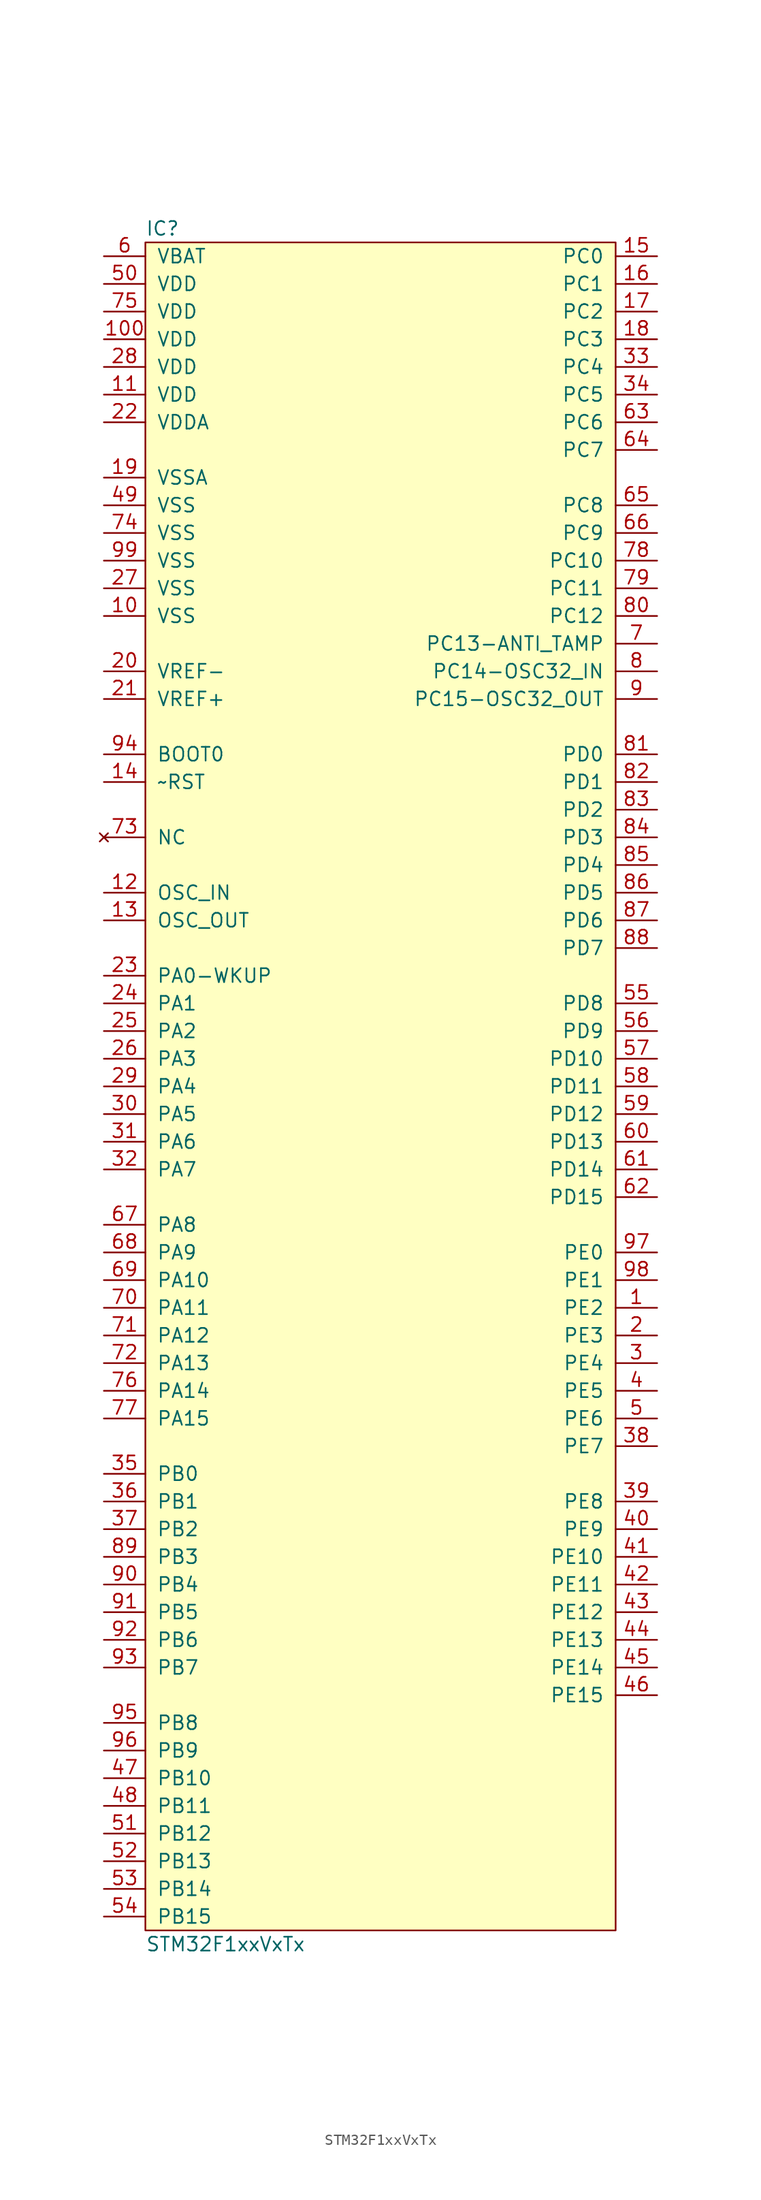
<source format=kicad_sym>
(kicad_symbol_lib
  (version 20211014)
  (generator agg_kicad.build_lib_ic)
  (symbol "STM32F1xxVxTx"
    (pin_names
      (offset 1.016))
    (property Reference IC
      (at -21.59 78.74 0)
      (effects (font (size 1.27 1.27)) (justify left)))
    (property Value "STM32F1xxVxTx"
      (at -21.59 -78.74 0)
      (effects (font (size 1.27 1.27)) (justify left)))
    (symbol "STM32F1xxVxTx_0_0"
      (rectangle (start -21.59 77.47) (end 21.59 -77.47) (stroke (width 0) (type default) (color 0 0 0 0)) (fill (type background)))
      (pin power_in line (at -25.4 76.2 0) (length 3.81) (name VBAT (effects (font (size 1.27 1.27)))) (number "6" (effects (font (size 1.27 1.27)))))
      (pin power_in line (at -25.4 73.66 0) (length 3.81) (name VDD (effects (font (size 1.27 1.27)))) (number "50" (effects (font (size 1.27 1.27)))))
      (pin power_in line (at -25.4 71.12 0) (length 3.81) (name VDD (effects (font (size 1.27 1.27)))) (number "75" (effects (font (size 1.27 1.27)))))
      (pin power_in line (at -25.4 68.58 0) (length 3.81) (name VDD (effects (font (size 1.27 1.27)))) (number "100" (effects (font (size 1.27 1.27)))))
      (pin power_in line (at -25.4 66.04 0) (length 3.81) (name VDD (effects (font (size 1.27 1.27)))) (number "28" (effects (font (size 1.27 1.27)))))
      (pin power_in line (at -25.4 63.5 0) (length 3.81) (name VDD (effects (font (size 1.27 1.27)))) (number "11" (effects (font (size 1.27 1.27)))))
      (pin power_in line (at -25.4 60.96 0) (length 3.81) (name VDDA (effects (font (size 1.27 1.27)))) (number "22" (effects (font (size 1.27 1.27)))))
      (pin power_in line (at -25.4 55.88 0) (length 3.81) (name VSSA (effects (font (size 1.27 1.27)))) (number "19" (effects (font (size 1.27 1.27)))))
      (pin power_in line (at -25.4 53.34 0) (length 3.81) (name VSS (effects (font (size 1.27 1.27)))) (number "49" (effects (font (size 1.27 1.27)))))
      (pin power_in line (at -25.4 50.8 0) (length 3.81) (name VSS (effects (font (size 1.27 1.27)))) (number "74" (effects (font (size 1.27 1.27)))))
      (pin power_in line (at -25.4 48.26 0) (length 3.81) (name VSS (effects (font (size 1.27 1.27)))) (number "99" (effects (font (size 1.27 1.27)))))
      (pin power_in line (at -25.4 45.72 0) (length 3.81) (name VSS (effects (font (size 1.27 1.27)))) (number "27" (effects (font (size 1.27 1.27)))))
      (pin power_in line (at -25.4 43.18 0) (length 3.81) (name VSS (effects (font (size 1.27 1.27)))) (number "10" (effects (font (size 1.27 1.27)))))
      (pin input line (at -25.4 38.1 0) (length 3.81) (name "VREF-" (effects (font (size 1.27 1.27)))) (number "20" (effects (font (size 1.27 1.27)))))
      (pin input line (at -25.4 35.56 0) (length 3.81) (name "VREF+" (effects (font (size 1.27 1.27)))) (number "21" (effects (font (size 1.27 1.27)))))
      (pin input line (at -25.4 30.48 0) (length 3.81) (name "BOOT0" (effects (font (size 1.27 1.27)))) (number "94" (effects (font (size 1.27 1.27)))))
      (pin input line (at -25.4 27.94 0) (length 3.81) (name "~RST" (effects (font (size 1.27 1.27)))) (number "14" (effects (font (size 1.27 1.27)))))
      (pin no_connect line (at -25.4 22.86 0) (length 3.81) (name NC (effects (font (size 1.27 1.27)))) (number "73" (effects (font (size 1.27 1.27)))))
      (pin bidirectional line (at -25.4 17.78 0) (length 3.81) (name OSC_IN (effects (font (size 1.27 1.27)))) (number "12" (effects (font (size 1.27 1.27)))))
      (pin bidirectional line (at -25.4 15.24 0) (length 3.81) (name OSC_OUT (effects (font (size 1.27 1.27)))) (number "13" (effects (font (size 1.27 1.27)))))
      (pin bidirectional line (at -25.4 10.16 0) (length 3.81) (name "PA0-WKUP" (effects (font (size 1.27 1.27)))) (number "23" (effects (font (size 1.27 1.27)))))
      (pin bidirectional line (at -25.4 7.62 0) (length 3.81) (name "PA1" (effects (font (size 1.27 1.27)))) (number "24" (effects (font (size 1.27 1.27)))))
      (pin bidirectional line (at -25.4 5.08 0) (length 3.81) (name "PA2" (effects (font (size 1.27 1.27)))) (number "25" (effects (font (size 1.27 1.27)))))
      (pin bidirectional line (at -25.4 2.54 0) (length 3.81) (name "PA3" (effects (font (size 1.27 1.27)))) (number "26" (effects (font (size 1.27 1.27)))))
      (pin bidirectional line (at -25.4 0 0) (length 3.81) (name "PA4" (effects (font (size 1.27 1.27)))) (number "29" (effects (font (size 1.27 1.27)))))
      (pin bidirectional line (at -25.4 -2.54 0) (length 3.81) (name "PA5" (effects (font (size 1.27 1.27)))) (number "30" (effects (font (size 1.27 1.27)))))
      (pin bidirectional line (at -25.4 -5.08 0) (length 3.81) (name "PA6" (effects (font (size 1.27 1.27)))) (number "31" (effects (font (size 1.27 1.27)))))
      (pin bidirectional line (at -25.4 -7.62 0) (length 3.81) (name "PA7" (effects (font (size 1.27 1.27)))) (number "32" (effects (font (size 1.27 1.27)))))
      (pin bidirectional line (at -25.4 -12.7 0) (length 3.81) (name "PA8" (effects (font (size 1.27 1.27)))) (number "67" (effects (font (size 1.27 1.27)))))
      (pin bidirectional line (at -25.4 -15.24 0) (length 3.81) (name "PA9" (effects (font (size 1.27 1.27)))) (number "68" (effects (font (size 1.27 1.27)))))
      (pin bidirectional line (at -25.4 -17.78 0) (length 3.81) (name "PA10" (effects (font (size 1.27 1.27)))) (number "69" (effects (font (size 1.27 1.27)))))
      (pin bidirectional line (at -25.4 -20.32 0) (length 3.81) (name "PA11" (effects (font (size 1.27 1.27)))) (number "70" (effects (font (size 1.27 1.27)))))
      (pin bidirectional line (at -25.4 -22.86 0) (length 3.81) (name "PA12" (effects (font (size 1.27 1.27)))) (number "71" (effects (font (size 1.27 1.27)))))
      (pin bidirectional line (at -25.4 -25.4 0) (length 3.81) (name "PA13" (effects (font (size 1.27 1.27)))) (number "72" (effects (font (size 1.27 1.27)))))
      (pin bidirectional line (at -25.4 -27.94 0) (length 3.81) (name "PA14" (effects (font (size 1.27 1.27)))) (number "76" (effects (font (size 1.27 1.27)))))
      (pin bidirectional line (at -25.4 -30.48 0) (length 3.81) (name "PA15" (effects (font (size 1.27 1.27)))) (number "77" (effects (font (size 1.27 1.27)))))
      (pin bidirectional line (at -25.4 -35.56 0) (length 3.81) (name "PB0" (effects (font (size 1.27 1.27)))) (number "35" (effects (font (size 1.27 1.27)))))
      (pin bidirectional line (at -25.4 -38.1 0) (length 3.81) (name "PB1" (effects (font (size 1.27 1.27)))) (number "36" (effects (font (size 1.27 1.27)))))
      (pin bidirectional line (at -25.4 -40.64 0) (length 3.81) (name "PB2" (effects (font (size 1.27 1.27)))) (number "37" (effects (font (size 1.27 1.27)))))
      (pin bidirectional line (at -25.4 -43.18 0) (length 3.81) (name "PB3" (effects (font (size 1.27 1.27)))) (number "89" (effects (font (size 1.27 1.27)))))
      (pin bidirectional line (at -25.4 -45.72 0) (length 3.81) (name "PB4" (effects (font (size 1.27 1.27)))) (number "90" (effects (font (size 1.27 1.27)))))
      (pin bidirectional line (at -25.4 -48.26 0) (length 3.81) (name "PB5" (effects (font (size 1.27 1.27)))) (number "91" (effects (font (size 1.27 1.27)))))
      (pin bidirectional line (at -25.4 -50.8 0) (length 3.81) (name "PB6" (effects (font (size 1.27 1.27)))) (number "92" (effects (font (size 1.27 1.27)))))
      (pin bidirectional line (at -25.4 -53.34 0) (length 3.81) (name "PB7" (effects (font (size 1.27 1.27)))) (number "93" (effects (font (size 1.27 1.27)))))
      (pin bidirectional line (at -25.4 -58.42 0) (length 3.81) (name "PB8" (effects (font (size 1.27 1.27)))) (number "95" (effects (font (size 1.27 1.27)))))
      (pin bidirectional line (at -25.4 -60.96 0) (length 3.81) (name "PB9" (effects (font (size 1.27 1.27)))) (number "96" (effects (font (size 1.27 1.27)))))
      (pin bidirectional line (at -25.4 -63.5 0) (length 3.81) (name "PB10" (effects (font (size 1.27 1.27)))) (number "47" (effects (font (size 1.27 1.27)))))
      (pin bidirectional line (at -25.4 -66.04 0) (length 3.81) (name "PB11" (effects (font (size 1.27 1.27)))) (number "48" (effects (font (size 1.27 1.27)))))
      (pin bidirectional line (at -25.4 -68.58 0) (length 3.81) (name "PB12" (effects (font (size 1.27 1.27)))) (number "51" (effects (font (size 1.27 1.27)))))
      (pin bidirectional line (at -25.4 -71.12 0) (length 3.81) (name "PB13" (effects (font (size 1.27 1.27)))) (number "52" (effects (font (size 1.27 1.27)))))
      (pin bidirectional line (at -25.4 -73.66 0) (length 3.81) (name "PB14" (effects (font (size 1.27 1.27)))) (number "53" (effects (font (size 1.27 1.27)))))
      (pin bidirectional line (at -25.4 -76.2 0) (length 3.81) (name "PB15" (effects (font (size 1.27 1.27)))) (number "54" (effects (font (size 1.27 1.27)))))
      (pin bidirectional line (at 25.4 76.2 180) (length 3.81) (name "PC0" (effects (font (size 1.27 1.27)))) (number "15" (effects (font (size 1.27 1.27)))))
      (pin bidirectional line (at 25.4 73.66 180) (length 3.81) (name "PC1" (effects (font (size 1.27 1.27)))) (number "16" (effects (font (size 1.27 1.27)))))
      (pin bidirectional line (at 25.4 71.12 180) (length 3.81) (name "PC2" (effects (font (size 1.27 1.27)))) (number "17" (effects (font (size 1.27 1.27)))))
      (pin bidirectional line (at 25.4 68.58 180) (length 3.81) (name "PC3" (effects (font (size 1.27 1.27)))) (number "18" (effects (font (size 1.27 1.27)))))
      (pin bidirectional line (at 25.4 66.04 180) (length 3.81) (name "PC4" (effects (font (size 1.27 1.27)))) (number "33" (effects (font (size 1.27 1.27)))))
      (pin bidirectional line (at 25.4 63.5 180) (length 3.81) (name "PC5" (effects (font (size 1.27 1.27)))) (number "34" (effects (font (size 1.27 1.27)))))
      (pin bidirectional line (at 25.4 60.96 180) (length 3.81) (name "PC6" (effects (font (size 1.27 1.27)))) (number "63" (effects (font (size 1.27 1.27)))))
      (pin bidirectional line (at 25.4 58.42 180) (length 3.81) (name "PC7" (effects (font (size 1.27 1.27)))) (number "64" (effects (font (size 1.27 1.27)))))
      (pin bidirectional line (at 25.4 53.34 180) (length 3.81) (name "PC8" (effects (font (size 1.27 1.27)))) (number "65" (effects (font (size 1.27 1.27)))))
      (pin bidirectional line (at 25.4 50.8 180) (length 3.81) (name "PC9" (effects (font (size 1.27 1.27)))) (number "66" (effects (font (size 1.27 1.27)))))
      (pin bidirectional line (at 25.4 48.26 180) (length 3.81) (name "PC10" (effects (font (size 1.27 1.27)))) (number "78" (effects (font (size 1.27 1.27)))))
      (pin bidirectional line (at 25.4 45.72 180) (length 3.81) (name "PC11" (effects (font (size 1.27 1.27)))) (number "79" (effects (font (size 1.27 1.27)))))
      (pin bidirectional line (at 25.4 43.18 180) (length 3.81) (name "PC12" (effects (font (size 1.27 1.27)))) (number "80" (effects (font (size 1.27 1.27)))))
      (pin bidirectional line (at 25.4 40.64 180) (length 3.81) (name "PC13-ANTI_TAMP" (effects (font (size 1.27 1.27)))) (number "7" (effects (font (size 1.27 1.27)))))
      (pin bidirectional line (at 25.4 38.1 180) (length 3.81) (name "PC14-OSC32_IN" (effects (font (size 1.27 1.27)))) (number "8" (effects (font (size 1.27 1.27)))))
      (pin bidirectional line (at 25.4 35.56 180) (length 3.81) (name "PC15-OSC32_OUT" (effects (font (size 1.27 1.27)))) (number "9" (effects (font (size 1.27 1.27)))))
      (pin bidirectional line (at 25.4 30.48 180) (length 3.81) (name "PD0" (effects (font (size 1.27 1.27)))) (number "81" (effects (font (size 1.27 1.27)))))
      (pin bidirectional line (at 25.4 27.94 180) (length 3.81) (name "PD1" (effects (font (size 1.27 1.27)))) (number "82" (effects (font (size 1.27 1.27)))))
      (pin bidirectional line (at 25.4 25.4 180) (length 3.81) (name "PD2" (effects (font (size 1.27 1.27)))) (number "83" (effects (font (size 1.27 1.27)))))
      (pin bidirectional line (at 25.4 22.86 180) (length 3.81) (name "PD3" (effects (font (size 1.27 1.27)))) (number "84" (effects (font (size 1.27 1.27)))))
      (pin bidirectional line (at 25.4 20.32 180) (length 3.81) (name "PD4" (effects (font (size 1.27 1.27)))) (number "85" (effects (font (size 1.27 1.27)))))
      (pin bidirectional line (at 25.4 17.78 180) (length 3.81) (name "PD5" (effects (font (size 1.27 1.27)))) (number "86" (effects (font (size 1.27 1.27)))))
      (pin bidirectional line (at 25.4 15.24 180) (length 3.81) (name "PD6" (effects (font (size 1.27 1.27)))) (number "87" (effects (font (size 1.27 1.27)))))
      (pin bidirectional line (at 25.4 12.7 180) (length 3.81) (name "PD7" (effects (font (size 1.27 1.27)))) (number "88" (effects (font (size 1.27 1.27)))))
      (pin bidirectional line (at 25.4 7.62 180) (length 3.81) (name "PD8" (effects (font (size 1.27 1.27)))) (number "55" (effects (font (size 1.27 1.27)))))
      (pin bidirectional line (at 25.4 5.08 180) (length 3.81) (name "PD9" (effects (font (size 1.27 1.27)))) (number "56" (effects (font (size 1.27 1.27)))))
      (pin bidirectional line (at 25.4 2.54 180) (length 3.81) (name "PD10" (effects (font (size 1.27 1.27)))) (number "57" (effects (font (size 1.27 1.27)))))
      (pin bidirectional line (at 25.4 0 180) (length 3.81) (name "PD11" (effects (font (size 1.27 1.27)))) (number "58" (effects (font (size 1.27 1.27)))))
      (pin bidirectional line (at 25.4 -2.54 180) (length 3.81) (name "PD12" (effects (font (size 1.27 1.27)))) (number "59" (effects (font (size 1.27 1.27)))))
      (pin bidirectional line (at 25.4 -5.08 180) (length 3.81) (name "PD13" (effects (font (size 1.27 1.27)))) (number "60" (effects (font (size 1.27 1.27)))))
      (pin bidirectional line (at 25.4 -7.62 180) (length 3.81) (name "PD14" (effects (font (size 1.27 1.27)))) (number "61" (effects (font (size 1.27 1.27)))))
      (pin bidirectional line (at 25.4 -10.16 180) (length 3.81) (name "PD15" (effects (font (size 1.27 1.27)))) (number "62" (effects (font (size 1.27 1.27)))))
      (pin bidirectional line (at 25.4 -15.24 180) (length 3.81) (name "PE0" (effects (font (size 1.27 1.27)))) (number "97" (effects (font (size 1.27 1.27)))))
      (pin bidirectional line (at 25.4 -17.78 180) (length 3.81) (name "PE1" (effects (font (size 1.27 1.27)))) (number "98" (effects (font (size 1.27 1.27)))))
      (pin bidirectional line (at 25.4 -20.32 180) (length 3.81) (name "PE2" (effects (font (size 1.27 1.27)))) (number "1" (effects (font (size 1.27 1.27)))))
      (pin bidirectional line (at 25.4 -22.86 180) (length 3.81) (name "PE3" (effects (font (size 1.27 1.27)))) (number "2" (effects (font (size 1.27 1.27)))))
      (pin bidirectional line (at 25.4 -25.4 180) (length 3.81) (name "PE4" (effects (font (size 1.27 1.27)))) (number "3" (effects (font (size 1.27 1.27)))))
      (pin bidirectional line (at 25.4 -27.94 180) (length 3.81) (name "PE5" (effects (font (size 1.27 1.27)))) (number "4" (effects (font (size 1.27 1.27)))))
      (pin bidirectional line (at 25.4 -30.48 180) (length 3.81) (name "PE6" (effects (font (size 1.27 1.27)))) (number "5" (effects (font (size 1.27 1.27)))))
      (pin bidirectional line (at 25.4 -33.02 180) (length 3.81) (name "PE7" (effects (font (size 1.27 1.27)))) (number "38" (effects (font (size 1.27 1.27)))))
      (pin bidirectional line (at 25.4 -38.1 180) (length 3.81) (name "PE8" (effects (font (size 1.27 1.27)))) (number "39" (effects (font (size 1.27 1.27)))))
      (pin bidirectional line (at 25.4 -40.64 180) (length 3.81) (name "PE9" (effects (font (size 1.27 1.27)))) (number "40" (effects (font (size 1.27 1.27)))))
      (pin bidirectional line (at 25.4 -43.18 180) (length 3.81) (name "PE10" (effects (font (size 1.27 1.27)))) (number "41" (effects (font (size 1.27 1.27)))))
      (pin bidirectional line (at 25.4 -45.72 180) (length 3.81) (name "PE11" (effects (font (size 1.27 1.27)))) (number "42" (effects (font (size 1.27 1.27)))))
      (pin bidirectional line (at 25.4 -48.26 180) (length 3.81) (name "PE12" (effects (font (size 1.27 1.27)))) (number "43" (effects (font (size 1.27 1.27)))))
      (pin bidirectional line (at 25.4 -50.8 180) (length 3.81) (name "PE13" (effects (font (size 1.27 1.27)))) (number "44" (effects (font (size 1.27 1.27)))))
      (pin bidirectional line (at 25.4 -53.34 180) (length 3.81) (name "PE14" (effects (font (size 1.27 1.27)))) (number "45" (effects (font (size 1.27 1.27)))))
      (pin bidirectional line (at 25.4 -55.88 180) (length 3.81) (name "PE15" (effects (font (size 1.27 1.27)))) (number "46" (effects (font (size 1.27 1.27))))))))
</source>
